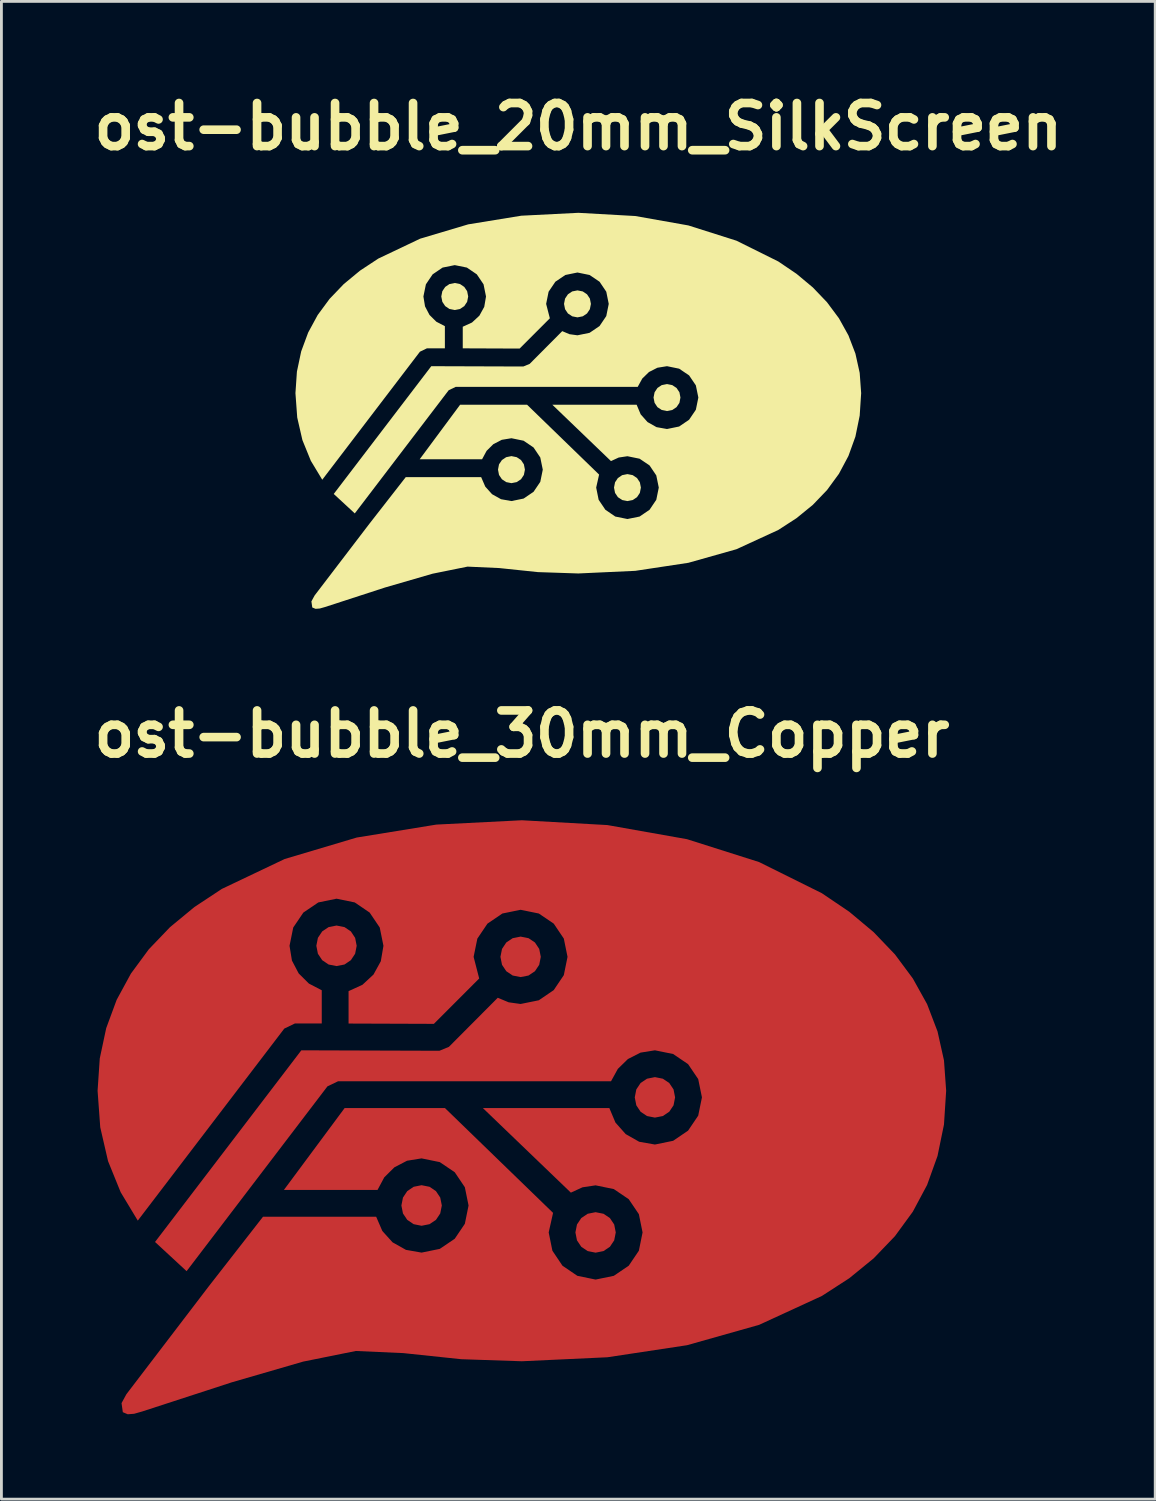
<source format=kicad_pcb>
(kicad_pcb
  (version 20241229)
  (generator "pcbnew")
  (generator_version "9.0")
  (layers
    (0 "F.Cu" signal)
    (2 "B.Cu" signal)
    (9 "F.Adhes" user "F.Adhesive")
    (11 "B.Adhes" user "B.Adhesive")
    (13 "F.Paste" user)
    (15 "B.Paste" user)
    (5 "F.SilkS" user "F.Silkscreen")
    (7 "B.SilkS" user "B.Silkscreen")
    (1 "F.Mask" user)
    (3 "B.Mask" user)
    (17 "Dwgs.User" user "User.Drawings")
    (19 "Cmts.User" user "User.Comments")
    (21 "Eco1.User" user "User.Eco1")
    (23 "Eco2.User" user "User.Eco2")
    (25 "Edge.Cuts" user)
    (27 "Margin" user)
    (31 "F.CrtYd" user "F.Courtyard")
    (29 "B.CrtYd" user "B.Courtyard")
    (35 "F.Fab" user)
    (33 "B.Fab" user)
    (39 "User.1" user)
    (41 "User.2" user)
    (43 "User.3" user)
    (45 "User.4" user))
  (footprint "ost-bubble_30mm_Copper"
    (layer "F.Cu")
    (at 15.4 36.449)
    (property "Reference" "ost-bubble_30mm_Copper" (at 0 -13.548 0) (layer "F.SilkS") (effects (font (size 1.524 1.524) (thickness 0.305))))
    (attr exclude_from_pos_files exclude_from_bom)
    (fp_poly (pts (xy -6.552 -6.778) (xy -6.832 -6.723) (xy -7.059 -6.571) (xy -7.211 -6.343) (xy -7.266 -6.062) (xy -7.211 -5.781) (xy -7.059 -5.553) (xy -6.832 -5.4) (xy -6.552 -5.345) (xy -6.272 -5.4) (xy -6.046 -5.553) (xy -5.895 -5.781) (xy -5.84 -6.062) (xy -5.895 -6.343) (xy -6.046 -6.571) (xy -6.272 -6.723) (xy -6.552 -6.778)) (stroke (width 0) (type solid)) (fill yes) (layer "F.Cu"))
    (fp_poly (pts (xy -0.045 -6.387) (xy -0.325 -6.331) (xy -0.551 -6.179) (xy -0.702 -5.952) (xy -0.758 -5.671) (xy -0.702 -5.39) (xy -0.551 -5.163) (xy -0.325 -5.011) (xy -0.045 -4.956) (xy 0.235 -5.011) (xy 0.462 -5.163) (xy 0.613 -5.39) (xy 0.669 -5.671) (xy 0.613 -5.952) (xy 0.462 -6.179) (xy 0.235 -6.331) (xy -0.045 -6.387)) (stroke (width 0) (type solid)) (fill yes) (layer "F.Cu"))
    (fp_poly (pts (xy 4.704 -1.419) (xy 4.424 -1.363) (xy 4.197 -1.211) (xy 4.046 -0.984) (xy 3.991 -0.703) (xy 4.046 -0.422) (xy 4.197 -0.195) (xy 4.424 -0.043) (xy 4.704 0.012) (xy 4.984 -0.043) (xy 5.21 -0.195) (xy 5.362 -0.422) (xy 5.417 -0.703) (xy 5.362 -0.984) (xy 5.21 -1.211) (xy 4.984 -1.363) (xy 4.704 -1.419)) (stroke (width 0) (type solid)) (fill yes) (layer "F.Cu"))
    (fp_poly (pts (xy -3.546 2.402) (xy -3.826 2.458) (xy -4.052 2.611) (xy -4.204 2.839) (xy -4.259 3.12) (xy -4.204 3.401) (xy -4.052 3.628) (xy -3.826 3.78) (xy -3.546 3.836) (xy -3.265 3.78) (xy -3.038 3.628) (xy -2.886 3.401) (xy -2.83 3.12) (xy -2.886 2.839) (xy -3.038 2.611) (xy -3.265 2.458) (xy -3.546 2.402) (xy -3.546 2.402)) (stroke (width 0) (type solid)) (fill yes) (layer "F.Cu"))
    (fp_poly (pts (xy 2.606 3.356) (xy 2.326 3.412) (xy 2.1 3.564) (xy 1.948 3.791) (xy 1.893 4.072) (xy 1.948 4.352) (xy 2.1 4.579) (xy 2.326 4.731) (xy 2.606 4.787) (xy 2.886 4.731) (xy 3.112 4.579) (xy 3.264 4.352) (xy 3.319 4.072) (xy 3.264 3.791) (xy 3.112 3.564) (xy 2.886 3.412) (xy 2.606 3.356) (xy 2.606 3.356)) (stroke (width 0) (type solid)) (fill yes) (layer "F.Cu"))
    (fp_poly (pts (xy -0.00024 -10.5) (xy -3.023 -10.347) (xy -5.839 -9.889) (xy -8.387 -9.13) (xy -10.607 -8.073) (xy -11.575 -7.434) (xy -12.438 -6.722) (xy -13.19 -5.937) (xy -13.821 -5.08) (xy -14.326 -4.151) (xy -14.695 -3.151) (xy -14.923 -2.079) (xy -15 -0.937) (xy -14.906 0.355) (xy -14.63 1.551) (xy -14.184 2.65) (xy -13.579 3.654) (xy -8.399 -3.135) (xy -8.025 -3.315) (xy -7.075 -3.315) (xy -7.075 -4.49) (xy -7.53 -4.727) (xy -7.891 -5.086) (xy -8.129 -5.54) (xy -8.214 -6.062) (xy -8.083 -6.708) (xy -7.725 -7.237) (xy -7.196 -7.595) (xy -6.552 -7.727) (xy -5.909 -7.595) (xy -5.382 -7.237) (xy -5.025 -6.708) (xy -4.894 -6.062) (xy -4.987 -5.516) (xy -5.246 -5.045) (xy -5.637 -4.683) (xy -6.127 -4.459) (xy -6.127 -3.313) (xy -3.111 -3.302) (xy -1.509 -4.906) (xy -1.706 -5.671) (xy -1.574 -6.316) (xy -1.217 -6.845) (xy -0.689 -7.203) (xy -0.045 -7.335) (xy 0.599 -7.203) (xy 1.126 -6.846) (xy 1.483 -6.316) (xy 1.614 -5.671) (xy 1.483 -5.025) (xy 1.126 -4.495) (xy 0.599 -4.136) (xy -0.045 -4.005) (xy -0.468 -4.064) (xy -0.852 -4.225) (xy -2.58 -2.489) (xy -2.915 -2.351) (xy -7.797 -2.367) (xy -12.969 4.409) (xy -11.853 5.441) (xy -6.873 -1.093) (xy -6.497 -1.273) (xy 3.152 -1.273) (xy 3.393 -1.711) (xy 3.749 -2.058) (xy 4.194 -2.285) (xy 4.704 -2.367) (xy 5.348 -2.236) (xy 5.876 -1.878) (xy 6.234 -1.349) (xy 6.366 -0.703) (xy 6.234 -0.057) (xy 5.876 0.473) (xy 5.348 0.832) (xy 4.704 0.964) (xy 4.147 0.866) (xy 3.67 0.595) (xy 3.308 0.187) (xy 3.093 -0.324) (xy -1.378 -0.324) (xy 1.732 2.665) (xy 2.144 2.476) (xy 2.606 2.407) (xy 3.25 2.539) (xy 3.778 2.897) (xy 4.136 3.426) (xy 4.267 4.072) (xy 4.136 4.718) (xy 3.778 5.248) (xy 3.25 5.606) (xy 2.606 5.738) (xy 1.962 5.606) (xy 1.435 5.248) (xy 1.079 4.718) (xy 0.948 4.072) (xy 1.103 3.38) (xy -2.718 -0.324) (xy -6.267 -0.324) (xy -8.413 2.569) (xy -5.103 2.569) (xy -4.864 2.123) (xy -4.507 1.77) (xy -4.06 1.537) (xy -3.546 1.454) (xy -2.902 1.586) (xy -2.373 1.944) (xy -2.016 2.474) (xy -1.885 3.12) (xy -2.016 3.766) (xy -2.373 4.295) (xy -2.902 4.653) (xy -3.546 4.785) (xy -4.098 4.688) (xy -4.571 4.422) (xy -4.933 4.021) (xy -5.151 3.517) (xy -9.152 3.517) (xy -11.079 5.989) (xy -13.982 9.792) (xy -14.153 10.106) (xy -14.108 10.427) (xy -13.935 10.5) (xy -13.709 10.483) (xy -13.43 10.404) (xy -10.253 9.37) (xy -7.731 8.638) (xy -5.873 8.263) (xy -4.191 8.338) (xy -2.142 8.554) (xy -0.000165 8.626) (xy 3.023 8.485) (xy 5.838 8.059) (xy 8.387 7.339) (xy 10.607 6.317) (xy 11.575 5.691) (xy 12.438 4.987) (xy 13.19 4.203) (xy 13.821 3.339) (xy 14.326 2.394) (xy 14.695 1.367) (xy 14.923 0.257) (xy 15 -0.938) (xy 14.923 -2.012) (xy 14.695 -3.034) (xy 14.326 -4) (xy 13.821 -4.908) (xy 13.19 -5.757) (xy 12.438 -6.543) (xy 11.575 -7.265) (xy 10.607 -7.92) (xy 8.387 -9.022) (xy 5.838 -9.831) (xy 3.023 -10.33) (xy -0.000165 -10.5) (xy -0.00024 -10.5)) (stroke (width 0) (type solid)) (fill yes) (layer "F.Cu")))
  (footprint "ost-bubble_20mm_SilkScreen"
    (layer "F.Cu")
    (at 17.395 11.474)
    (property "Reference" "ost-bubble_20mm_SilkScreen" (at 0 -10.048 0) (layer "F.SilkS") (effects (font (size 1.524 1.524) (thickness 0.305))))
    (attr exclude_from_pos_files exclude_from_bom)
    (fp_poly (pts (xy -4.368 -4.519) (xy -4.555 -4.482) (xy -4.706 -4.38) (xy -4.807 -4.229) (xy -4.844 -4.042) (xy -4.807 -3.854) (xy -4.706 -3.702) (xy -4.555 -3.6) (xy -4.368 -3.563) (xy -4.182 -3.6) (xy -4.031 -3.702) (xy -3.93 -3.854) (xy -3.893 -4.042) (xy -3.93 -4.229) (xy -4.031 -4.38) (xy -4.182 -4.482) (xy -4.368 -4.519)) (stroke (width 0) (type solid)) (fill yes) (layer "F.SilkS"))
    (fp_poly (pts (xy -0.03 -4.258) (xy -0.216 -4.221) (xy -0.367 -4.119) (xy -0.468 -3.968) (xy -0.505 -3.78) (xy -0.468 -3.593) (xy -0.367 -3.442) (xy -0.216 -3.341) (xy -0.03 -3.304) (xy 0.157 -3.341) (xy 0.308 -3.442) (xy 0.409 -3.593) (xy 0.446 -3.78) (xy 0.409 -3.968) (xy 0.308 -4.119) (xy 0.157 -4.221) (xy -0.03 -4.258)) (stroke (width 0) (type solid)) (fill yes) (layer "F.SilkS"))
    (fp_poly (pts (xy -2.364 1.601) (xy -2.55 1.639) (xy -2.701 1.741) (xy -2.803 1.892) (xy -2.839 2.08) (xy -2.803 2.267) (xy -2.701 2.419) (xy -2.55 2.52) (xy -2.364 2.557) (xy -2.177 2.52) (xy -2.025 2.419) (xy -1.924 2.267) (xy -1.887 2.08) (xy -1.924 1.892) (xy -2.025 1.741) (xy -2.177 1.639) (xy -2.364 1.601) (xy -2.364 1.601)) (stroke (width 0) (type solid)) (fill yes) (layer "F.SilkS"))
    (fp_poly (pts (xy 1.737 2.237) (xy 1.551 2.274) (xy 1.4 2.376) (xy 1.299 2.527) (xy 1.262 2.714) (xy 1.299 2.902) (xy 1.4 3.053) (xy 1.551 3.154) (xy 1.737 3.191) (xy 1.924 3.154) (xy 2.075 3.053) (xy 2.176 2.902) (xy 2.213 2.714) (xy 2.176 2.527) (xy 2.075 2.376) (xy 1.924 2.274) (xy 1.737 2.237) (xy 1.737 2.237)) (stroke (width 0) (type solid)) (fill yes) (layer "F.SilkS"))
    (fp_poly (pts (xy 3.136 -0.946) (xy 2.949 -0.909) (xy 2.798 -0.808) (xy 2.697 -0.656) (xy 2.66 -0.469) (xy 2.697 -0.282) (xy 2.798 -0.13) (xy 2.949 -0.029) (xy 3.136 0.008) (xy 3.322 -0.029) (xy 3.473 -0.13) (xy 3.575 -0.282) (xy 3.611 -0.469) (xy 3.575 -0.656) (xy 3.473 -0.808) (xy 3.322 -0.909) (xy 3.136 -0.946) (xy 3.136 -0.946)) (stroke (width 0) (type solid)) (fill yes) (layer "F.SilkS"))
    (fp_poly (pts (xy -0.00016 -7) (xy -2.016 -6.898) (xy -3.893 -6.592) (xy -5.591 -6.086) (xy -7.071 -5.382) (xy -7.717 -4.956) (xy -8.292 -4.481) (xy -8.793 -3.958) (xy -9.214 -3.387) (xy -9.55 -2.768) (xy -9.797 -2.101) (xy -9.948 -1.386) (xy -10 -0.625) (xy -9.937 0.237) (xy -9.754 1.034) (xy -9.456 1.767) (xy -9.052 2.436) (xy -5.599 -2.09) (xy -5.35 -2.21) (xy -4.717 -2.21) (xy -4.717 -2.993) (xy -5.02 -3.151) (xy -5.261 -3.39) (xy -5.419 -3.693) (xy -5.476 -4.042) (xy -5.388 -4.472) (xy -5.15 -4.825) (xy -4.798 -5.064) (xy -4.368 -5.151) (xy -3.939 -5.064) (xy -3.588 -4.825) (xy -3.35 -4.472) (xy -3.263 -4.042) (xy -3.325 -3.677) (xy -3.497 -3.364) (xy -3.758 -3.122) (xy -4.085 -2.973) (xy -4.085 -2.209) (xy -2.074 -2.201) (xy -1.006 -3.271) (xy -1.137 -3.78) (xy -1.05 -4.211) (xy -0.811 -4.564) (xy -0.459 -4.802) (xy -0.03 -4.89) (xy 0.399 -4.802) (xy 0.751 -4.564) (xy 0.989 -4.211) (xy 1.076 -3.78) (xy 0.989 -3.35) (xy 0.751 -2.997) (xy 0.399 -2.758) (xy -0.03 -2.67) (xy -0.312 -2.709) (xy -0.568 -2.817) (xy -1.72 -1.659) (xy -1.944 -1.567) (xy -5.198 -1.578) (xy -8.646 2.939) (xy -7.902 3.627) (xy -4.582 -0.728) (xy -4.332 -0.848) (xy 2.101 -0.848) (xy 2.262 -1.141) (xy 2.499 -1.372) (xy 2.796 -1.523) (xy 3.136 -1.578) (xy 3.565 -1.49) (xy 3.917 -1.252) (xy 4.156 -0.899) (xy 4.244 -0.469) (xy 4.156 -0.038) (xy 3.917 0.315) (xy 3.565 0.555) (xy 3.136 0.643) (xy 2.765 0.577) (xy 2.447 0.397) (xy 2.205 0.124) (xy 2.062 -0.216) (xy -0.919 -0.216) (xy 1.155 1.777) (xy 1.429 1.651) (xy 1.737 1.605) (xy 2.167 1.693) (xy 2.519 1.931) (xy 2.757 2.284) (xy 2.845 2.714) (xy 2.757 3.145) (xy 2.519 3.498) (xy 2.167 3.738) (xy 1.737 3.825) (xy 1.308 3.738) (xy 0.957 3.498) (xy 0.719 3.145) (xy 0.632 2.714) (xy 0.735 2.254) (xy -1.812 -0.216) (xy -4.178 -0.216) (xy -5.608 1.713) (xy -3.402 1.713) (xy -3.242 1.415) (xy -3.005 1.18) (xy -2.706 1.025) (xy -2.364 0.969) (xy -1.934 1.057) (xy -1.582 1.296) (xy -1.344 1.65) (xy -1.256 2.08) (xy -1.344 2.511) (xy -1.582 2.863) (xy -1.934 3.102) (xy -2.364 3.19) (xy -2.732 3.125) (xy -3.048 2.948) (xy -3.289 2.68) (xy -3.434 2.345) (xy -6.101 2.345) (xy -7.386 3.993) (xy -9.322 6.528) (xy -9.436 6.737) (xy -9.405 6.952) (xy -9.29 7) (xy -9.14 6.989) (xy -8.953 6.936) (xy -6.835 6.247) (xy -5.154 5.759) (xy -3.916 5.508) (xy -2.794 5.559) (xy -1.428 5.702) (xy -0.00011 5.75) (xy 2.015 5.657) (xy 3.892 5.373) (xy 5.591 4.893) (xy 7.071 4.212) (xy 7.716 3.794) (xy 8.292 3.324) (xy 8.793 2.802) (xy 9.214 2.226) (xy 9.55 1.596) (xy 9.797 0.911) (xy 9.948 0.171) (xy 10 -0.625) (xy 9.948 -1.342) (xy 9.797 -2.023) (xy 9.55 -2.667) (xy 9.214 -3.272) (xy 8.793 -3.838) (xy 8.292 -4.362) (xy 7.716 -4.843) (xy 7.071 -5.28) (xy 5.591 -6.015) (xy 3.892 -6.554) (xy 2.015 -6.887) (xy -0.00011 -7) (xy -0.00016 -7)) (stroke (width 0) (type solid)) (fill yes) (layer "F.SilkS")))
  (gr_rect
    (start -3 -3)
    (end 37.791 49.949)
    (stroke (width 0.1) (type default))
    (fill no)
    (layer "Edge.Cuts")))
</source>
